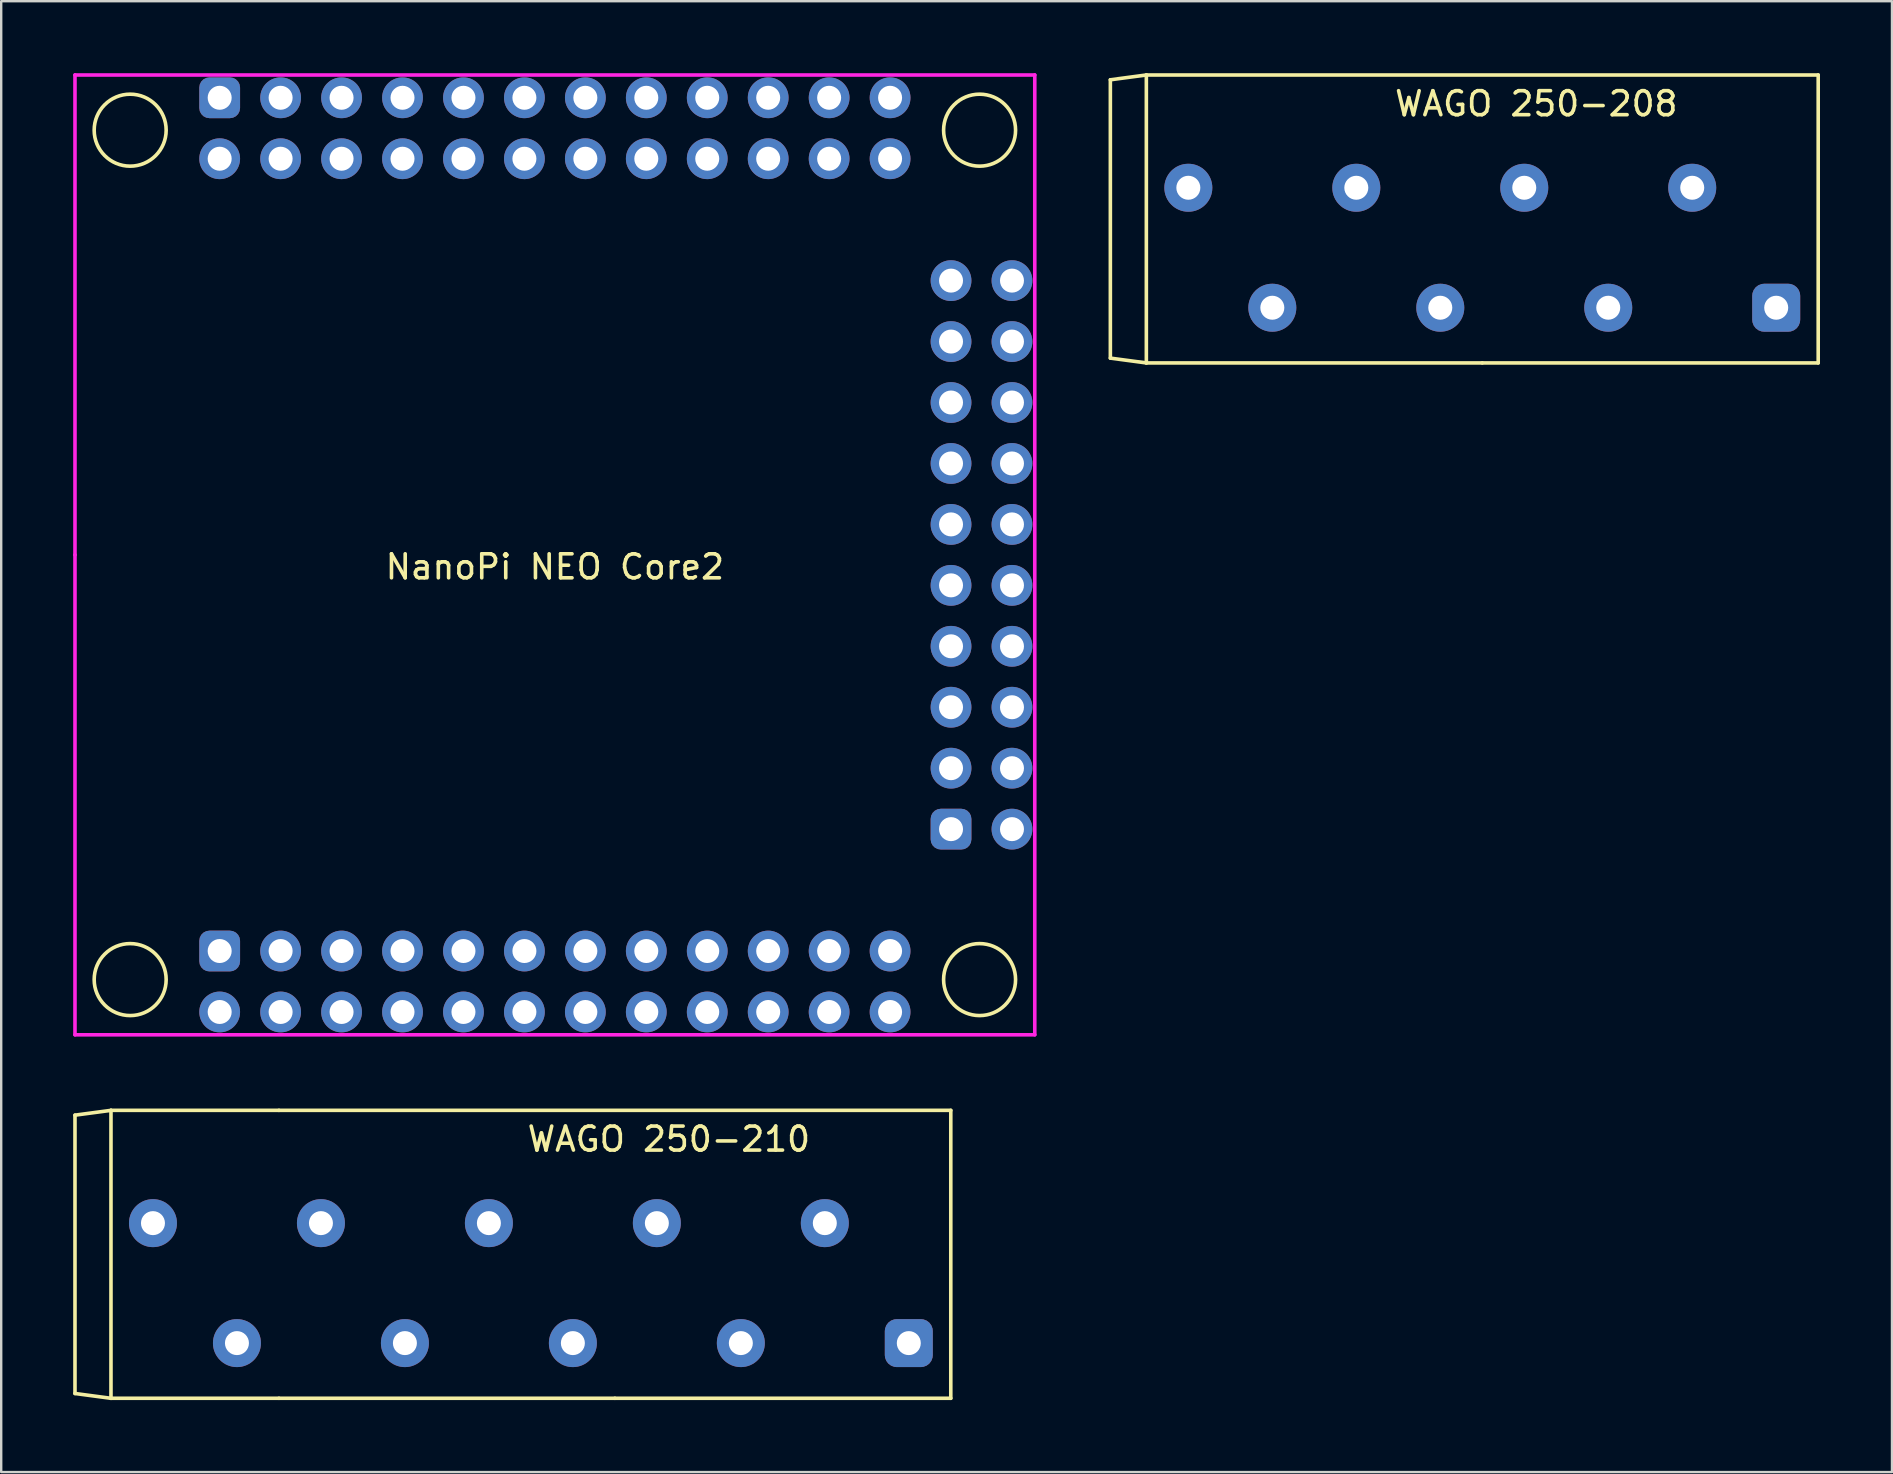
<source format=kicad_pcb>
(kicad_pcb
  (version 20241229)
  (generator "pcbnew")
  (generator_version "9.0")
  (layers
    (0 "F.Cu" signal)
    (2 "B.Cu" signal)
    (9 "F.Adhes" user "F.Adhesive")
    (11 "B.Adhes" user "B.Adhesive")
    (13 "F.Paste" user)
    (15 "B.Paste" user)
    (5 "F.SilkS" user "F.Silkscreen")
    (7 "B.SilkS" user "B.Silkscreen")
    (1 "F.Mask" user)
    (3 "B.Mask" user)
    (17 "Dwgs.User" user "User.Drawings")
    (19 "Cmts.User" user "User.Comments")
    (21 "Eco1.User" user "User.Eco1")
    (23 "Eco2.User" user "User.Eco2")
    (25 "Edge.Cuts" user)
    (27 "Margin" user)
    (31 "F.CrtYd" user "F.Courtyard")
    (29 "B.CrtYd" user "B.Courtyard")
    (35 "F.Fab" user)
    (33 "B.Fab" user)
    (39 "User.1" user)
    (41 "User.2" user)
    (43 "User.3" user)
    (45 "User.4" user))
  (footprint "WAGO 250-210"
    (layer "F.Cu")
    (at 22.575 50.425)
    (property "Reference" "WAGO 250-210" (at 2.25 -6 0) (layer "F.SilkS") (effects (font (size 1 1) (thickness 0.15))))
    (attr through_hole)
    (fp_line (start -22.5 -7) (end -21 -7.2) (stroke (width 0.15) (type solid)) (layer "F.SilkS"))
    (fp_line (start -22.5 4.6) (end -22.5 -7) (stroke (width 0.15) (type solid)) (layer "F.SilkS"))
    (fp_line (start -21 -7.2) (end -21 4.8) (stroke (width 0.15) (type solid)) (layer "F.SilkS"))
    (fp_line (start -21 -7.2) (end -14 -7.2) (stroke (width 0.15) (type solid)) (layer "F.SilkS"))
    (fp_line (start -21 4.8) (end -22.5 4.6) (stroke (width 0.15) (type solid)) (layer "F.SilkS"))
    (fp_line (start -21 4.8) (end -14 4.8) (stroke (width 0.15) (type solid)) (layer "F.SilkS"))
    (fp_line (start -14 4.8) (end 0 4.8) (stroke (width 0.15) (type solid)) (layer "F.SilkS"))
    (fp_line (start 0 4.8) (end 14 4.8) (stroke (width 0.15) (type solid)) (layer "F.SilkS"))
    (fp_line (start 14 -7.2) (end -14 -7.2) (stroke (width 0.15) (type solid)) (layer "F.SilkS"))
    (fp_line (start 14 4.8) (end 14 -7.2) (stroke (width 0.15) (type solid)) (layer "F.SilkS"))
    (pad "1" thru_hole roundrect (at 12.25 2.5) (size 2 2) (drill 1) (layers "*.Cu" "*.Mask") (roundrect_rratio 0.25))
    (pad "2" thru_hole circle (at 8.75 -2.5) (size 2 2) (drill 1) (layers "*.Cu" "*.Mask"))
    (pad "3" thru_hole circle (at 5.25 2.5) (size 2 2) (drill 1) (layers "*.Cu" "*.Mask"))
    (pad "4" thru_hole circle (at 1.75 -2.5) (size 2 2) (drill 1) (layers "*.Cu" "*.Mask"))
    (pad "5" thru_hole circle (at -1.75 2.5) (size 2 2) (drill 1) (layers "*.Cu" "*.Mask"))
    (pad "6" thru_hole circle (at -5.25 -2.5) (size 2 2) (drill 1) (layers "*.Cu" "*.Mask"))
    (pad "7" thru_hole circle (at -8.75 2.5) (size 2 2) (drill 1) (layers "*.Cu" "*.Mask"))
    (pad "8" thru_hole circle (at -12.25 -2.5) (size 2 2) (drill 1) (layers "*.Cu" "*.Mask"))
    (pad "9" thru_hole circle (at -15.75 2.5) (size 2 2) (drill 1) (layers "*.Cu" "*.Mask"))
    (pad "10" thru_hole circle (at -19.25 -2.5) (size 2 2) (drill 1) (layers "*.Cu" "*.Mask")))
  (footprint "WAGO 250-208"
    (layer "F.Cu")
    (at 58.725 7.275)
    (property "Reference" "WAGO 250-208" (at 2.25 -6 0) (layer "F.SilkS") (effects (font (size 1 1) (thickness 0.15))))
    (attr through_hole)
    (fp_line (start -15.5 -7) (end -14 -7.2) (stroke (width 0.15) (type solid)) (layer "F.SilkS"))
    (fp_line (start -15.5 4.6) (end -15.5 -7) (stroke (width 0.15) (type solid)) (layer "F.SilkS"))
    (fp_line (start -14 -7.2) (end -14 4.8) (stroke (width 0.15) (type solid)) (layer "F.SilkS"))
    (fp_line (start -14 4.8) (end -15.5 4.6) (stroke (width 0.15) (type solid)) (layer "F.SilkS"))
    (fp_line (start -14 4.8) (end 0 4.8) (stroke (width 0.15) (type solid)) (layer "F.SilkS"))
    (fp_line (start 0 4.8) (end 14 4.8) (stroke (width 0.15) (type solid)) (layer "F.SilkS"))
    (fp_line (start 14 -7.2) (end -14 -7.2) (stroke (width 0.15) (type solid)) (layer "F.SilkS"))
    (fp_line (start 14 4.8) (end 14 -7.2) (stroke (width 0.15) (type solid)) (layer "F.SilkS"))
    (pad "1" thru_hole roundrect (at 12.25 2.5) (size 2 2) (drill 1) (layers "*.Cu" "*.Mask") (roundrect_rratio 0.25))
    (pad "2" thru_hole circle (at 8.75 -2.5) (size 2 2) (drill 1) (layers "*.Cu" "*.Mask"))
    (pad "3" thru_hole circle (at 5.25 2.5) (size 2 2) (drill 1) (layers "*.Cu" "*.Mask"))
    (pad "4" thru_hole circle (at 1.75 -2.5) (size 2 2) (drill 1) (layers "*.Cu" "*.Mask"))
    (pad "5" thru_hole circle (at -1.75 2.5) (size 2 2) (drill 1) (layers "*.Cu" "*.Mask"))
    (pad "6" thru_hole circle (at -5.25 -2.5) (size 2 2) (drill 1) (layers "*.Cu" "*.Mask"))
    (pad "7" thru_hole circle (at -8.75 2.5) (size 2 2) (drill 1) (layers "*.Cu" "*.Mask"))
    (pad "8" thru_hole circle (at -12.25 -2.5) (size 2 2) (drill 1) (layers "*.Cu" "*.Mask")))
  (footprint "NanoPi NEO Core2"
    (layer "F.Cu")
    (at 20.075 20.075)
    (property "Reference" "NanoPi NEO Core2" (at 0 0.5 0) (layer "F.SilkS") (effects (font (size 1 1) (thickness 0.15))))
    (attr through_hole)
    (fp_circle (center -17.7 -17.7) (end -17.7 -19.2) (stroke (width 0.15) (type solid)) (fill no) (layer "F.SilkS"))
    (fp_circle (center -17.7 17.7) (end -17.7 19.2) (stroke (width 0.15) (type solid)) (fill no) (layer "F.SilkS"))
    (fp_circle (center 17.7 -17.7) (end 17.7 -19.2) (stroke (width 0.15) (type solid)) (fill no) (layer "F.SilkS"))
    (fp_circle (center 17.7 17.7) (end 17.7 16.2) (stroke (width 0.15) (type solid)) (fill no) (layer "F.SilkS"))
    (fp_line (start -20 -20) (end 20 -20) (stroke (width 0.12) (type solid)) (layer "B.Paste"))
    (fp_line (start -20 20) (end -20 -20) (stroke (width 0.12) (type solid)) (layer "B.Paste"))
    (fp_line (start 20 -20) (end 20 20) (stroke (width 0.12) (type solid)) (layer "B.Paste"))
    (fp_line (start 20 20) (end -20 20) (stroke (width 0.12) (type solid)) (layer "B.Paste"))
    (fp_line (start -20 -20) (end 20 -20) (stroke (width 0.15) (type solid)) (layer "F.CrtYd"))
    (fp_line (start -20 0) (end -20 -20) (stroke (width 0.15) (type solid)) (layer "F.CrtYd"))
    (fp_line (start -20 20) (end -20 0) (stroke (width 0.15) (type solid)) (layer "F.CrtYd"))
    (fp_line (start 20 -20) (end 20 20) (stroke (width 0.15) (type solid)) (layer "F.CrtYd"))
    (fp_line (start 20 20) (end -20 20) (stroke (width 0.15) (type solid)) (layer "F.CrtYd"))
    (pad "1" thru_hole roundrect (at -13.97 16.51) (size 1.7 1.7) (drill 1) (layers "*.Cu" "*.Mask") (roundrect_rratio 0.25))
    (pad "2" thru_hole circle (at -13.97 19.05) (size 1.7 1.7) (drill 1) (layers "*.Cu" "*.Mask"))
    (pad "3" thru_hole circle (at -11.43 16.51) (size 1.7 1.7) (drill 1) (layers "*.Cu" "*.Mask"))
    (pad "4" thru_hole circle (at -11.43 19.05) (size 1.7 1.7) (drill 1) (layers "*.Cu" "*.Mask"))
    (pad "5" thru_hole circle (at -8.89 16.51) (size 1.7 1.7) (drill 1) (layers "*.Cu" "*.Mask"))
    (pad "6" thru_hole circle (at -8.89 19.05) (size 1.7 1.7) (drill 1) (layers "*.Cu" "*.Mask"))
    (pad "7" thru_hole circle (at -6.35 16.51) (size 1.7 1.7) (drill 1) (layers "*.Cu" "*.Mask"))
    (pad "8" thru_hole circle (at -6.35 19.05) (size 1.7 1.7) (drill 1) (layers "*.Cu" "*.Mask"))
    (pad "9" thru_hole circle (at -3.81 16.51) (size 1.7 1.7) (drill 1) (layers "*.Cu" "*.Mask"))
    (pad "10" thru_hole circle (at -3.81 19.05) (size 1.7 1.7) (drill 1) (layers "*.Cu" "*.Mask"))
    (pad "11" thru_hole circle (at -1.27 16.51) (size 1.7 1.7) (drill 1) (layers "*.Cu" "*.Mask"))
    (pad "12" thru_hole circle (at -1.27 19.05) (size 1.7 1.7) (drill 1) (layers "*.Cu" "*.Mask"))
    (pad "13" thru_hole circle (at 1.27 16.51) (size 1.7 1.7) (drill 1) (layers "*.Cu" "*.Mask"))
    (pad "14" thru_hole circle (at 1.27 19.05) (size 1.7 1.7) (drill 1) (layers "*.Cu" "*.Mask"))
    (pad "15" thru_hole circle (at 3.81 16.51) (size 1.7 1.7) (drill 1) (layers "*.Cu" "*.Mask"))
    (pad "16" thru_hole circle (at 3.81 19.05) (size 1.7 1.7) (drill 1) (layers "*.Cu" "*.Mask"))
    (pad "17" thru_hole circle (at 6.35 16.51) (size 1.7 1.7) (drill 1) (layers "*.Cu" "*.Mask"))
    (pad "18" thru_hole circle (at 6.35 19.05) (size 1.7 1.7) (drill 1) (layers "*.Cu" "*.Mask"))
    (pad "19" thru_hole circle (at 8.89 16.51) (size 1.7 1.7) (drill 1) (layers "*.Cu" "*.Mask"))
    (pad "20" thru_hole circle (at 8.89 19.05) (size 1.7 1.7) (drill 1) (layers "*.Cu" "*.Mask"))
    (pad "21" thru_hole circle (at 11.43 16.51) (size 1.7 1.7) (drill 1) (layers "*.Cu" "*.Mask"))
    (pad "22" thru_hole circle (at 11.43 19.05) (size 1.7 1.7) (drill 1) (layers "*.Cu" "*.Mask"))
    (pad "23" thru_hole circle (at 13.97 16.51) (size 1.7 1.7) (drill 1) (layers "*.Cu" "*.Mask"))
    (pad "24" thru_hole circle (at 13.97 19.05) (size 1.7 1.7) (drill 1) (layers "*.Cu" "*.Mask"))
    (pad "25" thru_hole roundrect (at -13.97 -19.05) (size 1.7 1.7) (drill 1) (layers "*.Cu" "*.Mask") (roundrect_rratio 0.25))
    (pad "26" thru_hole circle (at -13.97 -16.51) (size 1.7 1.7) (drill 1) (layers "*.Cu" "*.Mask"))
    (pad "27" thru_hole circle (at -11.43 -19.05) (size 1.7 1.7) (drill 1) (layers "*.Cu" "*.Mask"))
    (pad "28" thru_hole circle (at -11.43 -16.51) (size 1.7 1.7) (drill 1) (layers "*.Cu" "*.Mask"))
    (pad "29" thru_hole circle (at -8.89 -19.05) (size 1.7 1.7) (drill 1) (layers "*.Cu" "*.Mask"))
    (pad "30" thru_hole circle (at -8.89 -16.51) (size 1.7 1.7) (drill 1) (layers "*.Cu" "*.Mask"))
    (pad "31" thru_hole circle (at -6.35 -19.05) (size 1.7 1.7) (drill 1) (layers "*.Cu" "*.Mask"))
    (pad "32" thru_hole circle (at -6.35 -16.51) (size 1.7 1.7) (drill 1) (layers "*.Cu" "*.Mask"))
    (pad "33" thru_hole circle (at -3.81 -19.05) (size 1.7 1.7) (drill 1) (layers "*.Cu" "*.Mask"))
    (pad "34" thru_hole circle (at -3.81 -16.51) (size 1.7 1.7) (drill 1) (layers "*.Cu" "*.Mask"))
    (pad "35" thru_hole circle (at -1.27 -19.05) (size 1.7 1.7) (drill 1) (layers "*.Cu" "*.Mask"))
    (pad "36" thru_hole circle (at -1.27 -16.51) (size 1.7 1.7) (drill 1) (layers "*.Cu" "*.Mask"))
    (pad "37" thru_hole circle (at 1.27 -19.05) (size 1.7 1.7) (drill 1) (layers "*.Cu" "*.Mask"))
    (pad "38" thru_hole circle (at 1.27 -16.51) (size 1.7 1.7) (drill 1) (layers "*.Cu" "*.Mask"))
    (pad "39" thru_hole circle (at 3.81 -19.05) (size 1.7 1.7) (drill 1) (layers "*.Cu" "*.Mask"))
    (pad "40" thru_hole circle (at 3.81 -16.51) (size 1.7 1.7) (drill 1) (layers "*.Cu" "*.Mask"))
    (pad "41" thru_hole circle (at 6.35 -19.05) (size 1.7 1.7) (drill 1) (layers "*.Cu" "*.Mask"))
    (pad "42" thru_hole circle (at 6.35 -16.51) (size 1.7 1.7) (drill 1) (layers "*.Cu" "*.Mask"))
    (pad "43" thru_hole circle (at 8.89 -19.05) (size 1.7 1.7) (drill 1) (layers "*.Cu" "*.Mask"))
    (pad "44" thru_hole circle (at 8.89 -16.51) (size 1.7 1.7) (drill 1) (layers "*.Cu" "*.Mask"))
    (pad "45" thru_hole circle (at 11.43 -19.05) (size 1.7 1.7) (drill 1) (layers "*.Cu" "*.Mask"))
    (pad "46" thru_hole circle (at 11.43 -16.51) (size 1.7 1.7) (drill 1) (layers "*.Cu" "*.Mask"))
    (pad "47" thru_hole circle (at 13.97 -19.05) (size 1.7 1.7) (drill 1) (layers "*.Cu" "*.Mask"))
    (pad "48" thru_hole circle (at 13.97 -16.51) (size 1.7 1.7) (drill 1) (layers "*.Cu" "*.Mask"))
    (pad "49" thru_hole roundrect (at 16.51 11.43) (size 1.7 1.7) (drill 1) (layers "*.Cu" "*.Mask") (roundrect_rratio 0.25))
    (pad "50" thru_hole circle (at 19.05 11.43) (size 1.7 1.7) (drill 1) (layers "*.Cu" "*.Mask"))
    (pad "51" thru_hole circle (at 16.51 8.89) (size 1.7 1.7) (drill 1) (layers "*.Cu" "*.Mask"))
    (pad "52" thru_hole circle (at 19.05 8.89) (size 1.7 1.7) (drill 1) (layers "*.Cu" "*.Mask"))
    (pad "53" thru_hole circle (at 16.51 6.35) (size 1.7 1.7) (drill 1) (layers "*.Cu" "*.Mask"))
    (pad "54" thru_hole circle (at 19.05 6.35) (size 1.7 1.7) (drill 1) (layers "*.Cu" "*.Mask"))
    (pad "55" thru_hole circle (at 16.51 3.81) (size 1.7 1.7) (drill 1) (layers "*.Cu" "*.Mask"))
    (pad "56" thru_hole circle (at 19.05 3.81) (size 1.7 1.7) (drill 1) (layers "*.Cu" "*.Mask"))
    (pad "57" thru_hole circle (at 16.51 1.27) (size 1.7 1.7) (drill 1) (layers "*.Cu" "*.Mask"))
    (pad "58" thru_hole circle (at 19.05 1.27) (size 1.7 1.7) (drill 1) (layers "*.Cu" "*.Mask"))
    (pad "59" thru_hole circle (at 16.51 -1.27) (size 1.7 1.7) (drill 1) (layers "*.Cu" "*.Mask"))
    (pad "60" thru_hole circle (at 19.05 -1.27) (size 1.7 1.7) (drill 1) (layers "*.Cu" "*.Mask"))
    (pad "61" thru_hole circle (at 16.51 -3.81) (size 1.7 1.7) (drill 1) (layers "*.Cu" "*.Mask"))
    (pad "62" thru_hole circle (at 19.05 -3.81) (size 1.7 1.7) (drill 1) (layers "*.Cu" "*.Mask"))
    (pad "63" thru_hole circle (at 16.51 -6.35) (size 1.7 1.7) (drill 1) (layers "*.Cu" "*.Mask"))
    (pad "64" thru_hole circle (at 19.05 -6.35) (size 1.7 1.7) (drill 1) (layers "*.Cu" "*.Mask"))
    (pad "65" thru_hole circle (at 16.51 -8.89) (size 1.7 1.7) (drill 1) (layers "*.Cu" "*.Mask"))
    (pad "66" thru_hole circle (at 19.05 -8.89) (size 1.7 1.7) (drill 1) (layers "*.Cu" "*.Mask"))
    (pad "67" thru_hole circle (at 16.51 -11.43) (size 1.7 1.7) (drill 1) (layers "*.Cu" "*.Mask"))
    (pad "68" thru_hole circle (at 19.05 -11.43) (size 1.7 1.7) (drill 1) (layers "*.Cu" "*.Mask")))
  (gr_rect
    (start -3 -3)
    (end 75.8 58.3)
    (stroke (width 0.1) (type default))
    (fill no)
    (layer "Edge.Cuts")))
</source>
